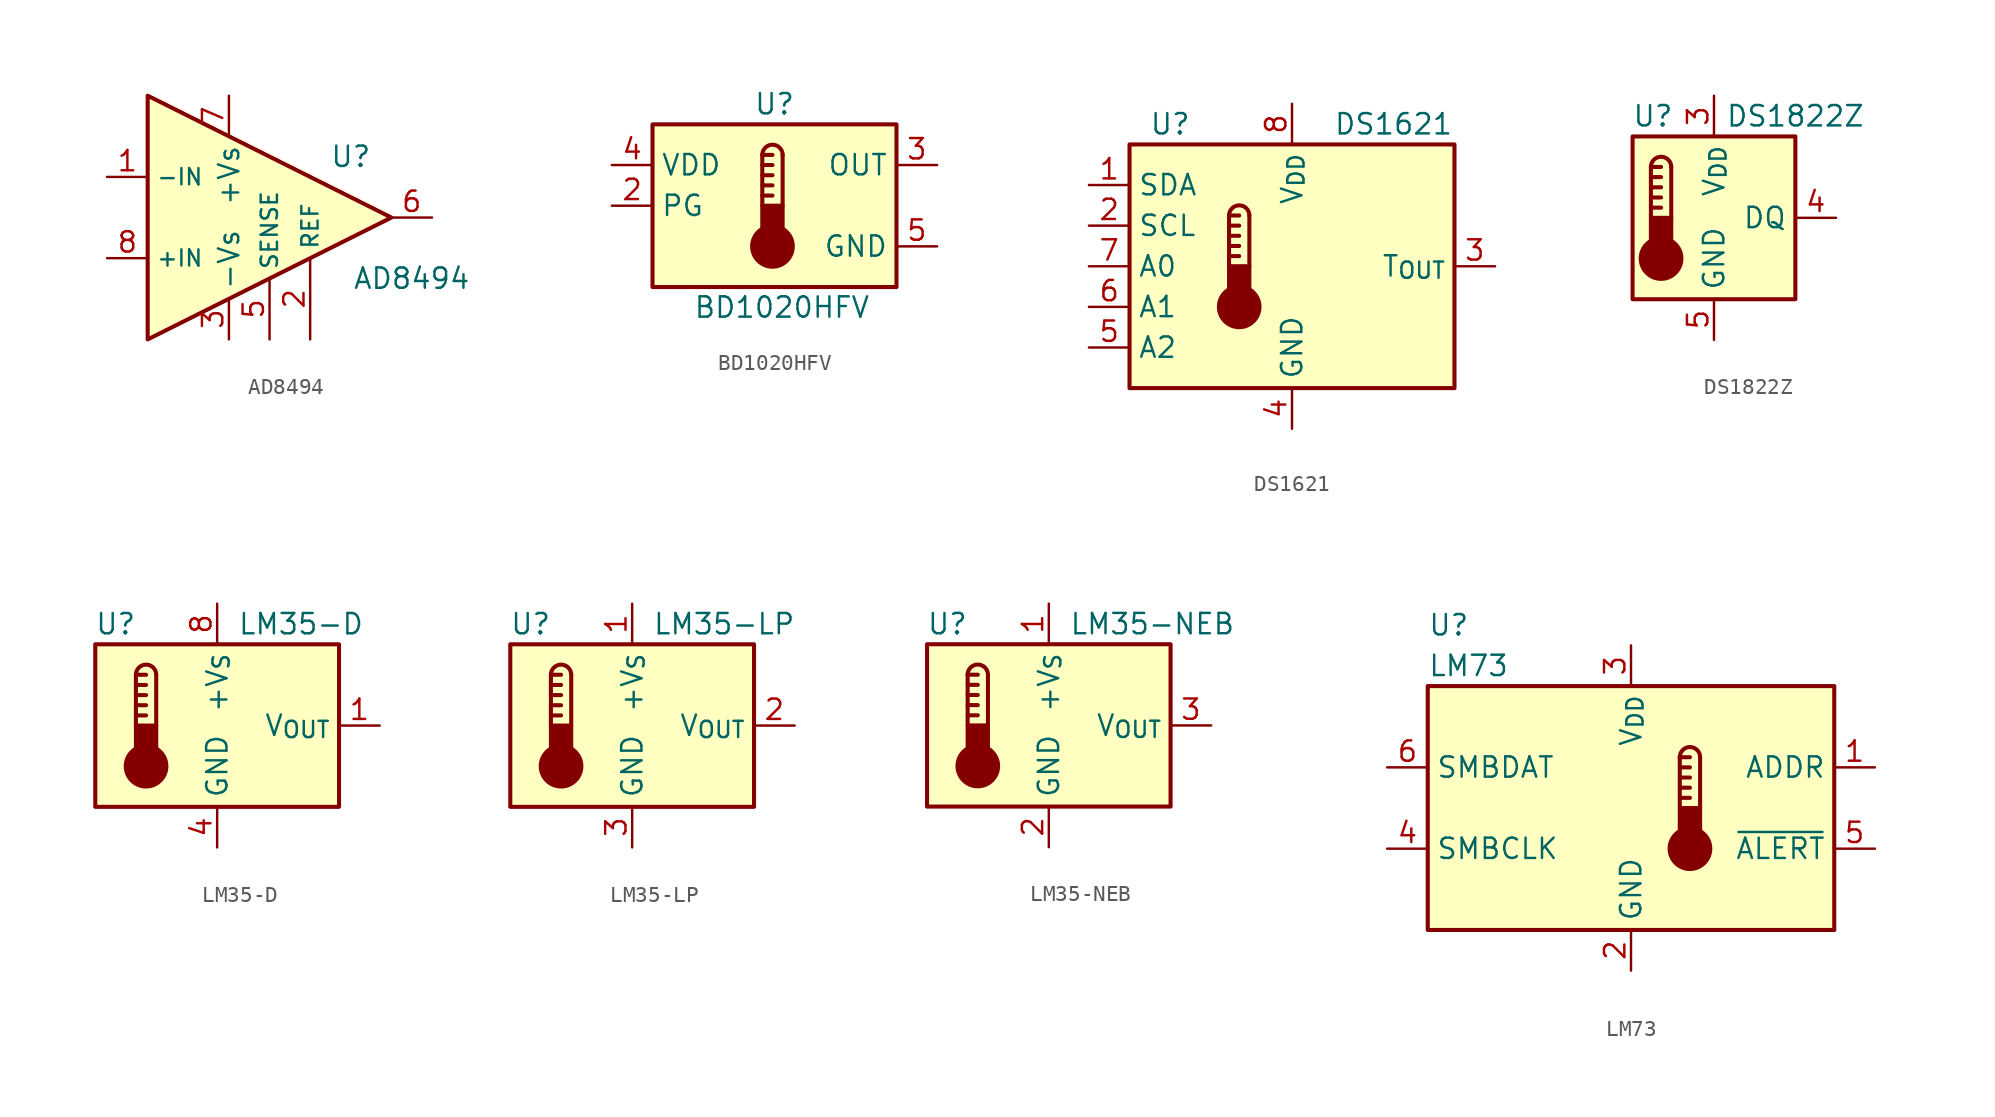
<source format=kicad_sym>
(kicad_symbol_lib
  (version 20241209)
  (generator "kicad_symbol_editor")
  (generator_version "9.0")
  (symbol "AD8494"
    (property "Reference" "U"
      (at 5.08 3.81 0)
      (effects (font (size 1.27 1.27))))
    (property "Value" "AD8494"
      (at 8.89 -3.81 0)
      (effects (font (size 1.27 1.27))))
    (symbol "AD8494_0_1"
      (polyline (pts (xy -7.62 7.62) (xy 7.62 0) (xy -7.62 -7.62) (xy -7.62 7.62)) (stroke (width 0.254) (type default)) (fill (type background))))
    (symbol "AD8494_1_1"
      (pin input line (at -10.16 2.54 0) (length 2.54) (name "-IN" (effects (font (size 1.016 1.016)))) (number "1" (effects (font (size 1.27 1.27)))))
      (pin input line (at -10.16 -2.54 0) (length 2.54) (name "+IN" (effects (font (size 1.016 1.016)))) (number "8" (effects (font (size 1.27 1.27)))))
      (pin no_connect line (at -5.08 0 180) (length 2.54) (hide yes) (name "NC" (effects (font (size 1.27 1.27)))) (number "4" (effects (font (size 1.27 1.27)))))
      (pin power_in line (at -2.54 7.62 270) (length 2.54) (name "+Vs" (effects (font (size 1.27 1.27)))) (number "7" (effects (font (size 1.27 1.27)))))
      (pin power_in line (at -2.54 -7.62 90) (length 2.54) (name "-Vs" (effects (font (size 1.27 1.27)))) (number "3" (effects (font (size 1.27 1.27)))))
      (pin passive line (at 0 -7.62 90) (length 3.81) (name "SENSE" (effects (font (size 1.016 1.016)))) (number "5" (effects (font (size 1.27 1.27)))))
      (pin input line (at 2.54 -7.62 90) (length 5.08) (name "REF" (effects (font (size 1.016 1.016)))) (number "2" (effects (font (size 1.27 1.27)))))
      (pin output line (at 10.16 0 180) (length 2.54) (name "~" (effects (font (size 1.27 1.27)))) (number "6" (effects (font (size 1.27 1.27)))))))
  (symbol "BD1020HFV"
    (property "Reference" "U"
      (at 0 6.35 0)
      (effects (font (size 1.27 1.27))))
    (property "Value" "BD1020HFV"
      (at -5.08 -6.35 0)
      (effects (font (size 1.27 1.27)) (justify left)))
    (symbol "BD1020HFV_0_1"
      (rectangle (start -7.62 5.08) (end 7.62 -5.08) (stroke (width 0.254) (type default)) (fill (type background)))
      (polyline (pts (xy -0.762 3.175) (xy -0.762 0)) (stroke (width 0.254) (type default)) (fill (type none)))
      (polyline (pts (xy -0.762 3.175) (xy -0.127 3.175)) (stroke (width 0.254) (type default)) (fill (type none)))
      (polyline (pts (xy -0.762 2.54) (xy -0.127 2.54)) (stroke (width 0.254) (type default)) (fill (type none)))
      (polyline (pts (xy -0.762 1.905) (xy -0.127 1.905)) (stroke (width 0.254) (type default)) (fill (type none)))
      (polyline (pts (xy -0.762 1.27) (xy -0.127 1.27)) (stroke (width 0.254) (type default)) (fill (type none)))
      (polyline (pts (xy -0.762 0.635) (xy -0.127 0.635)) (stroke (width 0.254) (type default)) (fill (type none)))
      (arc (start -0.762 3.175) (mid -0.127 3.8073) (end 0.508 3.175) (stroke (width 0.254) (type default)) (fill (type none)))
      (circle (center -0.127 -2.54) (radius 1.27) (stroke (width 0.254) (type default)) (fill (type outline)))
      (polyline (pts (xy 0.508 3.175) (xy 0.508 0)) (stroke (width 0.254) (type default)) (fill (type none)))
      (rectangle (start 0.508 -1.905) (end -0.762 0) (stroke (width 0.254) (type default)) (fill (type outline))))
    (symbol "BD1020HFV_1_1"
      (pin power_in line (at -10.16 2.54 0) (length 2.54) (name "VDD" (effects (font (size 1.27 1.27)))) (number "4" (effects (font (size 1.27 1.27)))))
      (pin passive line (at -10.16 0 0) (length 2.54) (name "PG" (effects (font (size 1.27 1.27)))) (number "2" (effects (font (size 1.27 1.27)))))
      (pin no_connect line (at -7.62 -2.54 0) (length 2.54) (hide yes) (name "NC" (effects (font (size 1.27 1.27)))) (number "1" (effects (font (size 1.27 1.27)))))
      (pin output line (at 10.16 2.54 180) (length 2.54) (name "OUT" (effects (font (size 1.27 1.27)))) (number "3" (effects (font (size 1.27 1.27)))))
      (pin power_in line (at 10.16 -2.54 180) (length 2.54) (name "GND" (effects (font (size 1.27 1.27)))) (number "5" (effects (font (size 1.27 1.27)))))))
  (symbol "DS1621"
    (property "Reference" "U"
      (at -7.62 8.89 0)
      (effects (font (size 1.27 1.27))))
    (property "Value" "DS1621"
      (at 6.35 8.89 0)
      (effects (font (size 1.27 1.27))))
    (symbol "DS1621_0_1"
      (rectangle (start -10.16 7.62) (end 10.16 -7.62) (stroke (width 0.254) (type default)) (fill (type background)))
      (polyline (pts (xy -3.937 3.175) (xy -3.937 0)) (stroke (width 0.254) (type default)) (fill (type none)))
      (polyline (pts (xy -3.937 3.175) (xy -3.302 3.175)) (stroke (width 0.254) (type default)) (fill (type none)))
      (polyline (pts (xy -3.937 2.54) (xy -3.302 2.54)) (stroke (width 0.254) (type default)) (fill (type none)))
      (polyline (pts (xy -3.937 1.905) (xy -3.302 1.905)) (stroke (width 0.254) (type default)) (fill (type none)))
      (polyline (pts (xy -3.937 1.27) (xy -3.302 1.27)) (stroke (width 0.254) (type default)) (fill (type none)))
      (polyline (pts (xy -3.937 0.635) (xy -3.302 0.635)) (stroke (width 0.254) (type default)) (fill (type none)))
      (arc (start -3.937 3.175) (mid -3.302 3.8073) (end -2.667 3.175) (stroke (width 0.254) (type default)) (fill (type none)))
      (circle (center -3.302 -2.54) (radius 1.27) (stroke (width 0.254) (type default)) (fill (type outline)))
      (polyline (pts (xy -2.667 3.175) (xy -2.667 0)) (stroke (width 0.254) (type default)) (fill (type none)))
      (rectangle (start -2.667 -1.905) (end -3.937 0) (stroke (width 0.254) (type default)) (fill (type outline))))
    (symbol "DS1621_1_1"
      (pin bidirectional line (at -12.7 5.08 0) (length 2.54) (name "SDA" (effects (font (size 1.27 1.27)))) (number "1" (effects (font (size 1.27 1.27)))))
      (pin input line (at -12.7 2.54 0) (length 2.54) (name "SCL" (effects (font (size 1.27 1.27)))) (number "2" (effects (font (size 1.27 1.27)))))
      (pin input line (at -12.7 0 0) (length 2.54) (name "A0" (effects (font (size 1.27 1.27)))) (number "7" (effects (font (size 1.27 1.27)))))
      (pin input line (at -12.7 -2.54 0) (length 2.54) (name "A1" (effects (font (size 1.27 1.27)))) (number "6" (effects (font (size 1.27 1.27)))))
      (pin input line (at -12.7 -5.08 0) (length 2.54) (name "A2" (effects (font (size 1.27 1.27)))) (number "5" (effects (font (size 1.27 1.27)))))
      (pin power_in line (at 0 10.16 270) (length 2.54) (name "V_{DD}" (effects (font (size 1.27 1.27)))) (number "8" (effects (font (size 1.27 1.27)))))
      (pin power_in line (at 0 -10.16 90) (length 2.54) (name "GND" (effects (font (size 1.27 1.27)))) (number "4" (effects (font (size 1.27 1.27)))))
      (pin output line (at 12.7 0 180) (length 2.54) (name "T_{OUT}" (effects (font (size 1.27 1.27)))) (number "3" (effects (font (size 1.27 1.27)))))))
  (symbol "DS1822Z"
    (property "Reference" "U"
      (at -3.81 6.35 0)
      (effects (font (size 1.27 1.27))))
    (property "Value" "DS1822Z"
      (at 5.08 6.35 0)
      (effects (font (size 1.27 1.27))))
    (symbol "DS1822Z_0_1"
      (rectangle (start -5.08 5.08) (end 5.08 -5.08) (stroke (width 0.254) (type default)) (fill (type background)))
      (polyline (pts (xy -3.937 3.175) (xy -3.937 0)) (stroke (width 0.254) (type default)) (fill (type none)))
      (polyline (pts (xy -3.937 3.175) (xy -3.302 3.175)) (stroke (width 0.254) (type default)) (fill (type none)))
      (polyline (pts (xy -3.937 2.54) (xy -3.302 2.54)) (stroke (width 0.254) (type default)) (fill (type none)))
      (polyline (pts (xy -3.937 1.905) (xy -3.302 1.905)) (stroke (width 0.254) (type default)) (fill (type none)))
      (polyline (pts (xy -3.937 1.27) (xy -3.302 1.27)) (stroke (width 0.254) (type default)) (fill (type none)))
      (polyline (pts (xy -3.937 0.635) (xy -3.302 0.635)) (stroke (width 0.254) (type default)) (fill (type none)))
      (arc (start -3.937 3.175) (mid -3.302 3.8073) (end -2.667 3.175) (stroke (width 0.254) (type default)) (fill (type none)))
      (circle (center -3.302 -2.54) (radius 1.27) (stroke (width 0.254) (type default)) (fill (type outline)))
      (polyline (pts (xy -2.667 3.175) (xy -2.667 0)) (stroke (width 0.254) (type default)) (fill (type none)))
      (rectangle (start -2.667 -1.905) (end -3.937 0) (stroke (width 0.254) (type default)) (fill (type outline))))
    (symbol "DS1822Z_1_1"
      (pin no_connect line (at -5.08 2.54 0) (length 2.54) (hide yes) (name "NC" (effects (font (size 1.27 1.27)))) (number "1" (effects (font (size 1.27 1.27)))))
      (pin no_connect line (at -5.08 0 0) (length 2.54) (hide yes) (name "NC" (effects (font (size 1.27 1.27)))) (number "2" (effects (font (size 1.27 1.27)))))
      (pin no_connect line (at -5.08 -2.54 0) (length 2.54) (hide yes) (name "NC" (effects (font (size 1.27 1.27)))) (number "6" (effects (font (size 1.27 1.27)))))
      (pin power_in line (at 0 7.62 270) (length 2.54) (name "V_{DD}" (effects (font (size 1.27 1.27)))) (number "3" (effects (font (size 1.27 1.27)))))
      (pin power_in line (at 0 -7.62 90) (length 2.54) (name "GND" (effects (font (size 1.27 1.27)))) (number "5" (effects (font (size 1.27 1.27)))))
      (pin no_connect line (at 5.08 2.54 180) (length 2.54) (hide yes) (name "NC" (effects (font (size 1.27 1.27)))) (number "7" (effects (font (size 1.27 1.27)))))
      (pin no_connect line (at 5.08 -2.54 180) (length 2.54) (hide yes) (name "NC" (effects (font (size 1.27 1.27)))) (number "8" (effects (font (size 1.27 1.27)))))
      (pin bidirectional line (at 7.62 0 180) (length 2.54) (name "DQ" (effects (font (size 1.27 1.27)))) (number "4" (effects (font (size 1.27 1.27)))))))
  (symbol "LM35-D"
    (property "Reference" "U"
      (at -6.35 6.35 0)
      (effects (font (size 1.27 1.27))))
    (property "Value" "LM35-D"
      (at 1.27 6.35 0)
      (effects (font (size 1.27 1.27)) (justify left)))
    (symbol "LM35-D_0_1"
      (rectangle (start -7.62 5.08) (end 7.62 -5.08) (stroke (width 0.254) (type default)) (fill (type background)))
      (polyline (pts (xy -5.08 3.175) (xy -5.08 0)) (stroke (width 0.254) (type default)) (fill (type none)))
      (polyline (pts (xy -5.08 3.175) (xy -4.445 3.175)) (stroke (width 0.254) (type default)) (fill (type none)))
      (polyline (pts (xy -5.08 2.54) (xy -4.445 2.54)) (stroke (width 0.254) (type default)) (fill (type none)))
      (polyline (pts (xy -5.08 1.905) (xy -4.445 1.905)) (stroke (width 0.254) (type default)) (fill (type none)))
      (polyline (pts (xy -5.08 1.27) (xy -4.445 1.27)) (stroke (width 0.254) (type default)) (fill (type none)))
      (polyline (pts (xy -5.08 0.635) (xy -4.445 0.635)) (stroke (width 0.254) (type default)) (fill (type none)))
      (arc (start -5.08 3.175) (mid -4.445 3.8073) (end -3.81 3.175) (stroke (width 0.254) (type default)) (fill (type none)))
      (circle (center -4.445 -2.54) (radius 1.27) (stroke (width 0.254) (type default)) (fill (type outline)))
      (polyline (pts (xy -3.81 3.175) (xy -3.81 0)) (stroke (width 0.254) (type default)) (fill (type none)))
      (rectangle (start -3.81 -1.905) (end -5.08 0) (stroke (width 0.254) (type default)) (fill (type outline))))
    (symbol "LM35-D_1_1"
      (pin no_connect line (at -2.54 5.08 270) (length 2.54) (hide yes) (name "NC" (effects (font (size 1.27 1.27)))) (number "3" (effects (font (size 1.27 1.27)))))
      (pin no_connect line (at -2.54 -5.08 90) (length 2.54) (hide yes) (name "NC" (effects (font (size 1.27 1.27)))) (number "2" (effects (font (size 1.27 1.27)))))
      (pin power_in line (at 0 7.62 270) (length 2.54) (name "+V_{S}" (effects (font (size 1.27 1.27)))) (number "8" (effects (font (size 1.27 1.27)))))
      (pin power_in line (at 0 -7.62 90) (length 2.54) (name "GND" (effects (font (size 1.27 1.27)))) (number "4" (effects (font (size 1.27 1.27)))))
      (pin no_connect line (at 2.54 -5.08 90) (length 2.54) (hide yes) (name "NC" (effects (font (size 1.27 1.27)))) (number "5" (effects (font (size 1.27 1.27)))))
      (pin no_connect line (at 5.08 -5.08 90) (length 2.54) (hide yes) (name "NC" (effects (font (size 1.27 1.27)))) (number "6" (effects (font (size 1.27 1.27)))))
      (pin no_connect line (at 7.62 2.54 180) (length 2.54) (hide yes) (name "NC" (effects (font (size 1.27 1.27)))) (number "7" (effects (font (size 1.27 1.27)))))
      (pin output line (at 10.16 0 180) (length 2.54) (name "V_{OUT}" (effects (font (size 1.27 1.27)))) (number "1" (effects (font (size 1.27 1.27)))))))
  (symbol "LM35-LP"
    (property "Reference" "U"
      (at -6.35 6.35 0)
      (effects (font (size 1.27 1.27))))
    (property "Value" "LM35-LP"
      (at 1.27 6.35 0)
      (effects (font (size 1.27 1.27)) (justify left)))
    (symbol "LM35-LP_0_1"
      (rectangle (start -7.62 5.08) (end 7.62 -5.08) (stroke (width 0.254) (type default)) (fill (type background)))
      (polyline (pts (xy -5.08 3.175) (xy -5.08 0)) (stroke (width 0.254) (type default)) (fill (type none)))
      (polyline (pts (xy -5.08 3.175) (xy -4.445 3.175)) (stroke (width 0.254) (type default)) (fill (type none)))
      (polyline (pts (xy -5.08 2.54) (xy -4.445 2.54)) (stroke (width 0.254) (type default)) (fill (type none)))
      (polyline (pts (xy -5.08 1.905) (xy -4.445 1.905)) (stroke (width 0.254) (type default)) (fill (type none)))
      (polyline (pts (xy -5.08 1.27) (xy -4.445 1.27)) (stroke (width 0.254) (type default)) (fill (type none)))
      (polyline (pts (xy -5.08 0.635) (xy -4.445 0.635)) (stroke (width 0.254) (type default)) (fill (type none)))
      (arc (start -5.08 3.175) (mid -4.445 3.8073) (end -3.81 3.175) (stroke (width 0.254) (type default)) (fill (type none)))
      (circle (center -4.445 -2.54) (radius 1.27) (stroke (width 0.254) (type default)) (fill (type outline)))
      (polyline (pts (xy -3.81 3.175) (xy -3.81 0)) (stroke (width 0.254) (type default)) (fill (type none)))
      (rectangle (start -3.81 -1.905) (end -5.08 0) (stroke (width 0.254) (type default)) (fill (type outline))))
    (symbol "LM35-LP_1_1"
      (pin power_in line (at 0 7.62 270) (length 2.54) (name "+V_{S}" (effects (font (size 1.27 1.27)))) (number "1" (effects (font (size 1.27 1.27)))))
      (pin power_in line (at 0 -7.62 90) (length 2.54) (name "GND" (effects (font (size 1.27 1.27)))) (number "3" (effects (font (size 1.27 1.27)))))
      (pin output line (at 10.16 0 180) (length 2.54) (name "V_{OUT}" (effects (font (size 1.27 1.27)))) (number "2" (effects (font (size 1.27 1.27)))))))
  (symbol "LM35-NEB"
    (property "Reference" "U"
      (at -6.35 6.35 0)
      (effects (font (size 1.27 1.27))))
    (property "Value" "LM35-NEB"
      (at 1.27 6.35 0)
      (effects (font (size 1.27 1.27)) (justify left)))
    (symbol "LM35-NEB_0_1"
      (rectangle (start -7.62 5.08) (end 7.62 -5.08) (stroke (width 0.254) (type default)) (fill (type background)))
      (polyline (pts (xy -5.08 3.175) (xy -5.08 0)) (stroke (width 0.254) (type default)) (fill (type none)))
      (polyline (pts (xy -5.08 3.175) (xy -4.445 3.175)) (stroke (width 0.254) (type default)) (fill (type none)))
      (polyline (pts (xy -5.08 2.54) (xy -4.445 2.54)) (stroke (width 0.254) (type default)) (fill (type none)))
      (polyline (pts (xy -5.08 1.905) (xy -4.445 1.905)) (stroke (width 0.254) (type default)) (fill (type none)))
      (polyline (pts (xy -5.08 1.27) (xy -4.445 1.27)) (stroke (width 0.254) (type default)) (fill (type none)))
      (polyline (pts (xy -5.08 0.635) (xy -4.445 0.635)) (stroke (width 0.254) (type default)) (fill (type none)))
      (arc (start -5.08 3.175) (mid -4.445 3.8073) (end -3.81 3.175) (stroke (width 0.254) (type default)) (fill (type none)))
      (circle (center -4.445 -2.54) (radius 1.27) (stroke (width 0.254) (type default)) (fill (type outline)))
      (polyline (pts (xy -3.81 3.175) (xy -3.81 0)) (stroke (width 0.254) (type default)) (fill (type none)))
      (rectangle (start -3.81 -1.905) (end -5.08 0) (stroke (width 0.254) (type default)) (fill (type outline))))
    (symbol "LM35-NEB_1_1"
      (pin power_in line (at 0 7.62 270) (length 2.54) (name "+V_{S}" (effects (font (size 1.27 1.27)))) (number "1" (effects (font (size 1.27 1.27)))))
      (pin power_in line (at 0 -7.62 90) (length 2.54) (name "GND" (effects (font (size 1.27 1.27)))) (number "2" (effects (font (size 1.27 1.27)))))
      (pin output line (at 10.16 0 180) (length 2.54) (name "V_{OUT}" (effects (font (size 1.27 1.27)))) (number "3" (effects (font (size 1.27 1.27)))))))
  (symbol "LM73"
    (property "Reference" "U"
      (at -12.7 11.43 0)
      (effects (font (size 1.27 1.27)) (justify left)))
    (property "Value" "LM73"
      (at -12.7 8.89 0)
      (effects (font (size 1.27 1.27)) (justify left)))
    (symbol "LM73_0_1"
      (rectangle (start -12.7 7.62) (end 12.7 -7.62) (stroke (width 0.254) (type default)) (fill (type background)))
      (polyline (pts (xy 3.048 3.175) (xy 3.048 0)) (stroke (width 0.254) (type default)) (fill (type none)))
      (polyline (pts (xy 3.048 3.175) (xy 3.683 3.175)) (stroke (width 0.254) (type default)) (fill (type none)))
      (polyline (pts (xy 3.048 2.54) (xy 3.683 2.54)) (stroke (width 0.254) (type default)) (fill (type none)))
      (polyline (pts (xy 3.048 1.905) (xy 3.683 1.905)) (stroke (width 0.254) (type default)) (fill (type none)))
      (polyline (pts (xy 3.048 1.27) (xy 3.683 1.27)) (stroke (width 0.254) (type default)) (fill (type none)))
      (polyline (pts (xy 3.048 0.635) (xy 3.683 0.635)) (stroke (width 0.254) (type default)) (fill (type none)))
      (arc (start 3.048 3.175) (mid 3.683 3.8073) (end 4.318 3.175) (stroke (width 0.254) (type default)) (fill (type none)))
      (circle (center 3.683 -2.54) (radius 1.27) (stroke (width 0.254) (type default)) (fill (type outline)))
      (polyline (pts (xy 4.318 3.175) (xy 4.318 0)) (stroke (width 0.254) (type default)) (fill (type none)))
      (rectangle (start 4.318 -1.905) (end 3.048 0) (stroke (width 0.254) (type default)) (fill (type outline))))
    (symbol "LM73_1_1"
      (pin bidirectional line (at -15.24 2.54 0) (length 2.54) (name "SMBDAT" (effects (font (size 1.27 1.27)))) (number "6" (effects (font (size 1.27 1.27)))))
      (pin input line (at -15.24 -2.54 0) (length 2.54) (name "SMBCLK" (effects (font (size 1.27 1.27)))) (number "4" (effects (font (size 1.27 1.27)))))
      (pin power_in line (at 0 10.16 270) (length 2.54) (name "V_{DD}" (effects (font (size 1.27 1.27)))) (number "3" (effects (font (size 1.27 1.27)))))
      (pin power_in line (at 0 -10.16 90) (length 2.54) (name "GND" (effects (font (size 1.27 1.27)))) (number "2" (effects (font (size 1.27 1.27)))))
      (pin input line (at 15.24 2.54 180) (length 2.54) (name "ADDR" (effects (font (size 1.27 1.27)))) (number "1" (effects (font (size 1.27 1.27)))))
      (pin output line (at 15.24 -2.54 180) (length 2.54) (name "~{ALERT}" (effects (font (size 1.27 1.27)))) (number "5" (effects (font (size 1.27 1.27))))))))
</source>
